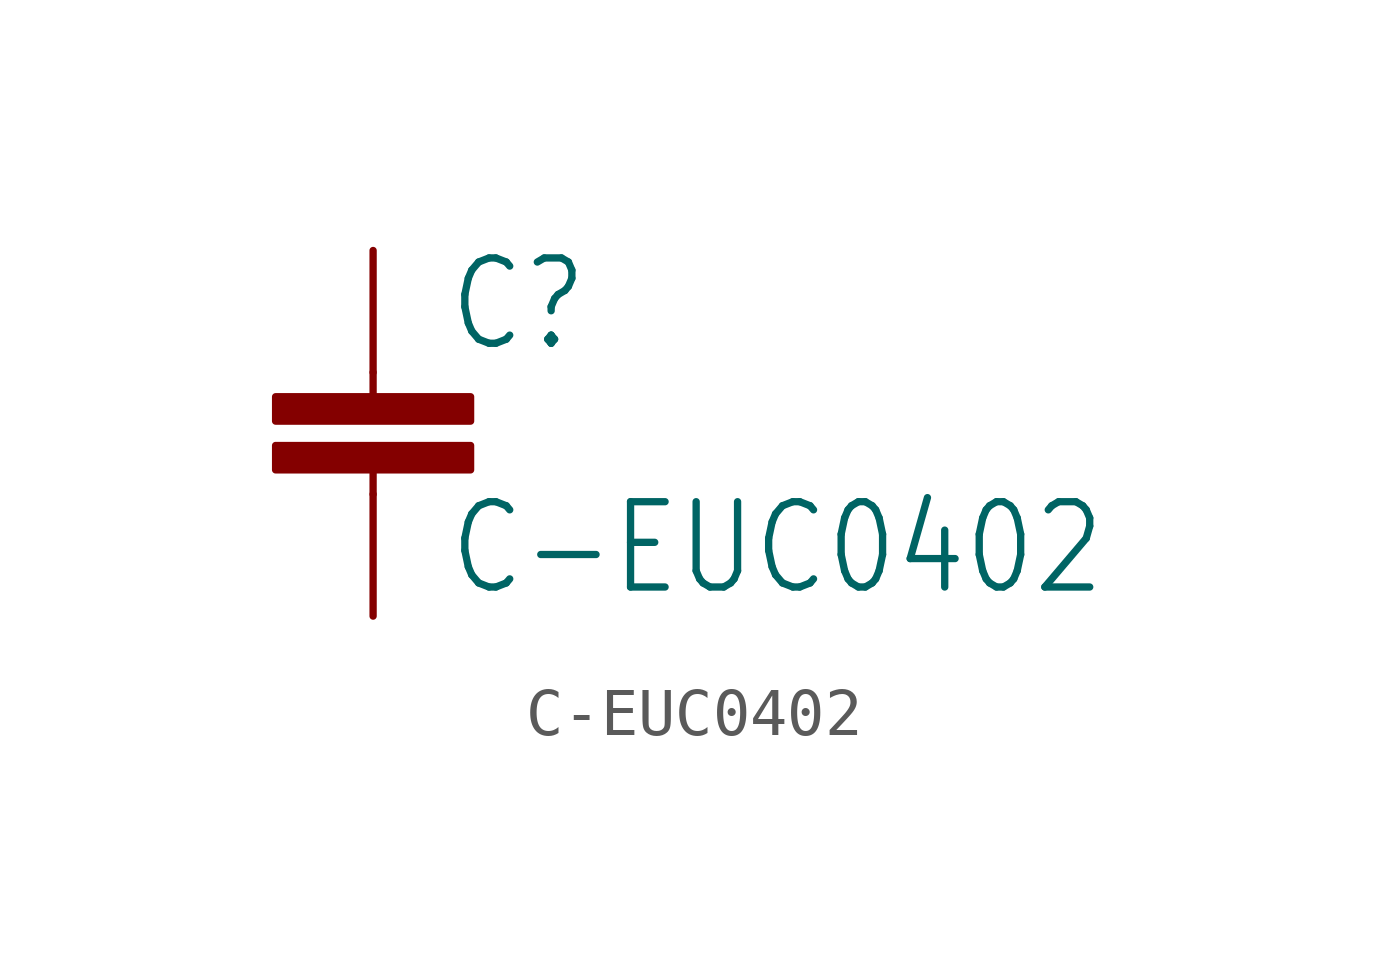
<source format=kicad_sym>
(kicad_symbol_lib
  (version 20220914)
  (generator kicad_symbol_editor)
  (symbol "C-EUC0402"
    (property "Reference" "C"
      (at 1.524 0.381 0)
      (effects (font (size 1.778 1.511)) (justify left bottom)))
    (property "Value" "C-EUC0402"
      (at 1.524 -4.699 0)
      (effects (font (size 1.778 1.511)) (justify left bottom)))
    (property "ki_locked" ""
      (at 0 0 0)
      (effects (font (size 1.27 1.27))))
    (symbol "C-EUC0402_1_0"
      (rectangle (start -2.032 -2.032) (end 2.032 -1.524) (stroke (width 0) (type default)) (fill (type outline)))
      (rectangle (start -2.032 -1.016) (end 2.032 -0.508) (stroke (width 0) (type default)) (fill (type outline)))
      (polyline (pts (xy 0 -2.54) (xy 0 -2.032)) (stroke (width 0.152) (type default)) (fill (type none)))
      (polyline (pts (xy 0 0) (xy 0 -0.508)) (stroke (width 0.152) (type default)) (fill (type none)))
      (pin passive line (at 0 2.54 270) (length 2.54) (name "1" (effects (font (size 0 0)))) (number "1" (effects (font (size 0 0)))))
      (pin passive line (at 0 -5.08 90) (length 2.54) (name "2" (effects (font (size 0 0)))) (number "2" (effects (font (size 0 0))))))))
</source>
